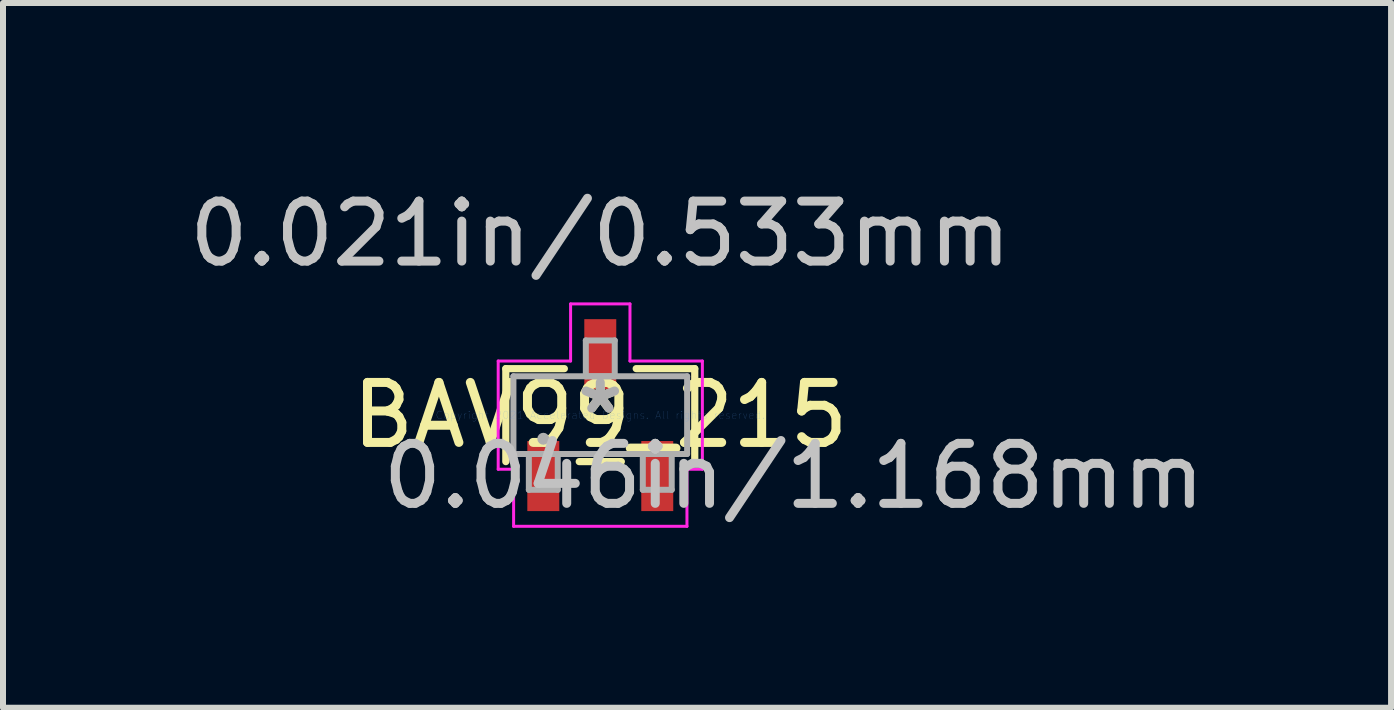
<source format=kicad_pcb>
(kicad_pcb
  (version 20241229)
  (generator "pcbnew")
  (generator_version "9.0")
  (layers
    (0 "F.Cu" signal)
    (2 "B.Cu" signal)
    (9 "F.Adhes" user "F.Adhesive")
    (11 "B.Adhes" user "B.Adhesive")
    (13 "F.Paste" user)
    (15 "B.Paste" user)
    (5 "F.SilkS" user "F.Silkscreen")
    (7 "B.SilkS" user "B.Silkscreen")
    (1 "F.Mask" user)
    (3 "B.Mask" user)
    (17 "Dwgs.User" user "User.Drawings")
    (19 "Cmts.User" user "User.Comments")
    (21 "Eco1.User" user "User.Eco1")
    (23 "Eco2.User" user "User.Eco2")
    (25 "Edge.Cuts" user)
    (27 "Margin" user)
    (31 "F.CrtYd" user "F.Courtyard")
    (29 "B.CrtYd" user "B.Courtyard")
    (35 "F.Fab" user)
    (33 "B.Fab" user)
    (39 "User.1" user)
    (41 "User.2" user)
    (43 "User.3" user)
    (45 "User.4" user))
  (footprint "BAV99_215"
    (layer "F.Cu")
    (at 6.958 3.871)
    (property "Reference" "BAV99_215" (at 0 0 0) (layer "F.SilkS") (effects (font (size 1 1) (thickness 0.15))))
    (attr through_hole)
    (fp_line (start -1.575 -0.775) (end -1.575 0.775) (stroke (width 0.12) (type solid)) (layer "F.SilkS"))
    (fp_line (start -0.599 -0.775) (end -1.575 -0.775) (stroke (width 0.12) (type solid)) (layer "F.SilkS"))
    (fp_line (start -0.351 0.775) (end 0.351 0.775) (stroke (width 0.12) (type solid)) (layer "F.SilkS"))
    (fp_line (start 1.575 -0.775) (end 0.599 -0.775) (stroke (width 0.12) (type solid)) (layer "F.SilkS"))
    (fp_line (start 1.575 0.775) (end 1.575 -0.775) (stroke (width 0.12) (type solid)) (layer "F.SilkS"))
    (fp_line (start -1.702 -0.902) (end -0.495 -0.902) (stroke (width 0.05) (type solid)) (layer "F.CrtYd"))
    (fp_line (start -1.702 0.902) (end -1.702 -0.902) (stroke (width 0.05) (type solid)) (layer "F.CrtYd"))
    (fp_line (start -1.445 0.902) (end -1.702 0.902) (stroke (width 0.05) (type solid)) (layer "F.CrtYd"))
    (fp_line (start -1.445 1.854) (end -1.445 0.902) (stroke (width 0.05) (type solid)) (layer "F.CrtYd"))
    (fp_line (start -0.495 -1.854) (end 0.495 -1.854) (stroke (width 0.05) (type solid)) (layer "F.CrtYd"))
    (fp_line (start -0.495 -0.902) (end -0.495 -1.854) (stroke (width 0.05) (type solid)) (layer "F.CrtYd"))
    (fp_line (start 0.495 -1.854) (end 0.495 -0.902) (stroke (width 0.05) (type solid)) (layer "F.CrtYd"))
    (fp_line (start 0.495 -0.902) (end 1.702 -0.902) (stroke (width 0.05) (type solid)) (layer "F.CrtYd"))
    (fp_line (start 1.445 0.902) (end 1.445 1.854) (stroke (width 0.05) (type solid)) (layer "F.CrtYd"))
    (fp_line (start 1.445 1.854) (end -1.445 1.854) (stroke (width 0.05) (type solid)) (layer "F.CrtYd"))
    (fp_line (start 1.702 -0.902) (end 1.702 0.902) (stroke (width 0.05) (type solid)) (layer "F.CrtYd"))
    (fp_line (start 1.702 0.902) (end 1.445 0.902) (stroke (width 0.05) (type solid)) (layer "F.CrtYd"))
    (fp_line (start -1.448 -0.648) (end -1.448 0.648) (stroke (width 0.1) (type solid)) (layer "F.Fab"))
    (fp_line (start -1.448 0.648) (end 1.448 0.648) (stroke (width 0.1) (type solid)) (layer "F.Fab"))
    (fp_line (start -1.191 0.648) (end -1.191 1.245) (stroke (width 0.1) (type solid)) (layer "F.Fab"))
    (fp_line (start -1.191 1.245) (end -0.709 1.245) (stroke (width 0.1) (type solid)) (layer "F.Fab"))
    (fp_line (start -0.709 0.648) (end -1.191 0.648) (stroke (width 0.1) (type solid)) (layer "F.Fab"))
    (fp_line (start -0.709 1.245) (end -0.709 0.648) (stroke (width 0.1) (type solid)) (layer "F.Fab"))
    (fp_line (start -0.241 -1.245) (end -0.241 -0.648) (stroke (width 0.1) (type solid)) (layer "F.Fab"))
    (fp_line (start -0.241 -0.648) (end 0.241 -0.648) (stroke (width 0.1) (type solid)) (layer "F.Fab"))
    (fp_line (start 0.241 -1.245) (end -0.241 -1.245) (stroke (width 0.1) (type solid)) (layer "F.Fab"))
    (fp_line (start 0.241 -0.648) (end 0.241 -1.245) (stroke (width 0.1) (type solid)) (layer "F.Fab"))
    (fp_line (start 0.709 0.648) (end 0.709 1.245) (stroke (width 0.1) (type solid)) (layer "F.Fab"))
    (fp_line (start 0.709 1.245) (end 1.191 1.245) (stroke (width 0.1) (type solid)) (layer "F.Fab"))
    (fp_line (start 1.191 0.648) (end 0.709 0.648) (stroke (width 0.1) (type solid)) (layer "F.Fab"))
    (fp_line (start 1.191 1.245) (end 1.191 0.648) (stroke (width 0.1) (type solid)) (layer "F.Fab"))
    (fp_line (start 1.448 -0.648) (end -1.448 -0.648) (stroke (width 0.1) (type solid)) (layer "F.Fab"))
    (fp_line (start 1.448 0.648) (end 1.448 -0.648) (stroke (width 0.1) (type solid)) (layer "F.Fab"))
    (fp_circle (center -0.95 0.394) (end -0.95 0.394) (stroke (width 0.1) (type solid)) (fill no) (layer "F.Fab"))
    (fp_text user "*" (at 0 0 0) (layer "F.SilkS") (effects (font (size 1 1) (thickness 0.15))))
    (fp_text user "0.021in/0.533mm" (at 0 -3.023 0) (layer "Dwgs.User") (effects (font (size 1 1) (thickness 0.15))))
    (fp_text user "0.046in/1.168mm" (at 3.226 1.016 0) (layer "Dwgs.User") (effects (font (size 1 1) (thickness 0.15))))
    (fp_text user "Copyright 2021 Accelerated Designs. All rights reserved." (at 0 0 0) (layer "Cmts.User") (effects (font (size 0.127 0.127) (thickness 0.002))))
    (fp_text user "*" (at 0 0 0) (layer "F.Fab") (effects (font (size 1 1) (thickness 0.15))))
    (pad "1" smd rect (at -0.95 1.016) (size 0.533 1.168) (layers "F.Cu" "F.Mask" "F.Paste"))
    (pad "2" smd rect (at 0.95 1.016) (size 0.533 1.168) (layers "F.Cu" "F.Mask" "F.Paste"))
    (pad "3" smd rect (at 0 -1.016) (size 0.533 1.168) (layers "F.Cu" "F.Mask" "F.Paste")))
  (gr_rect
    (start -3 -3)
    (end 20.142 8.75)
    (stroke (width 0.1) (type default))
    (fill no)
    (layer "Edge.Cuts")))
</source>
